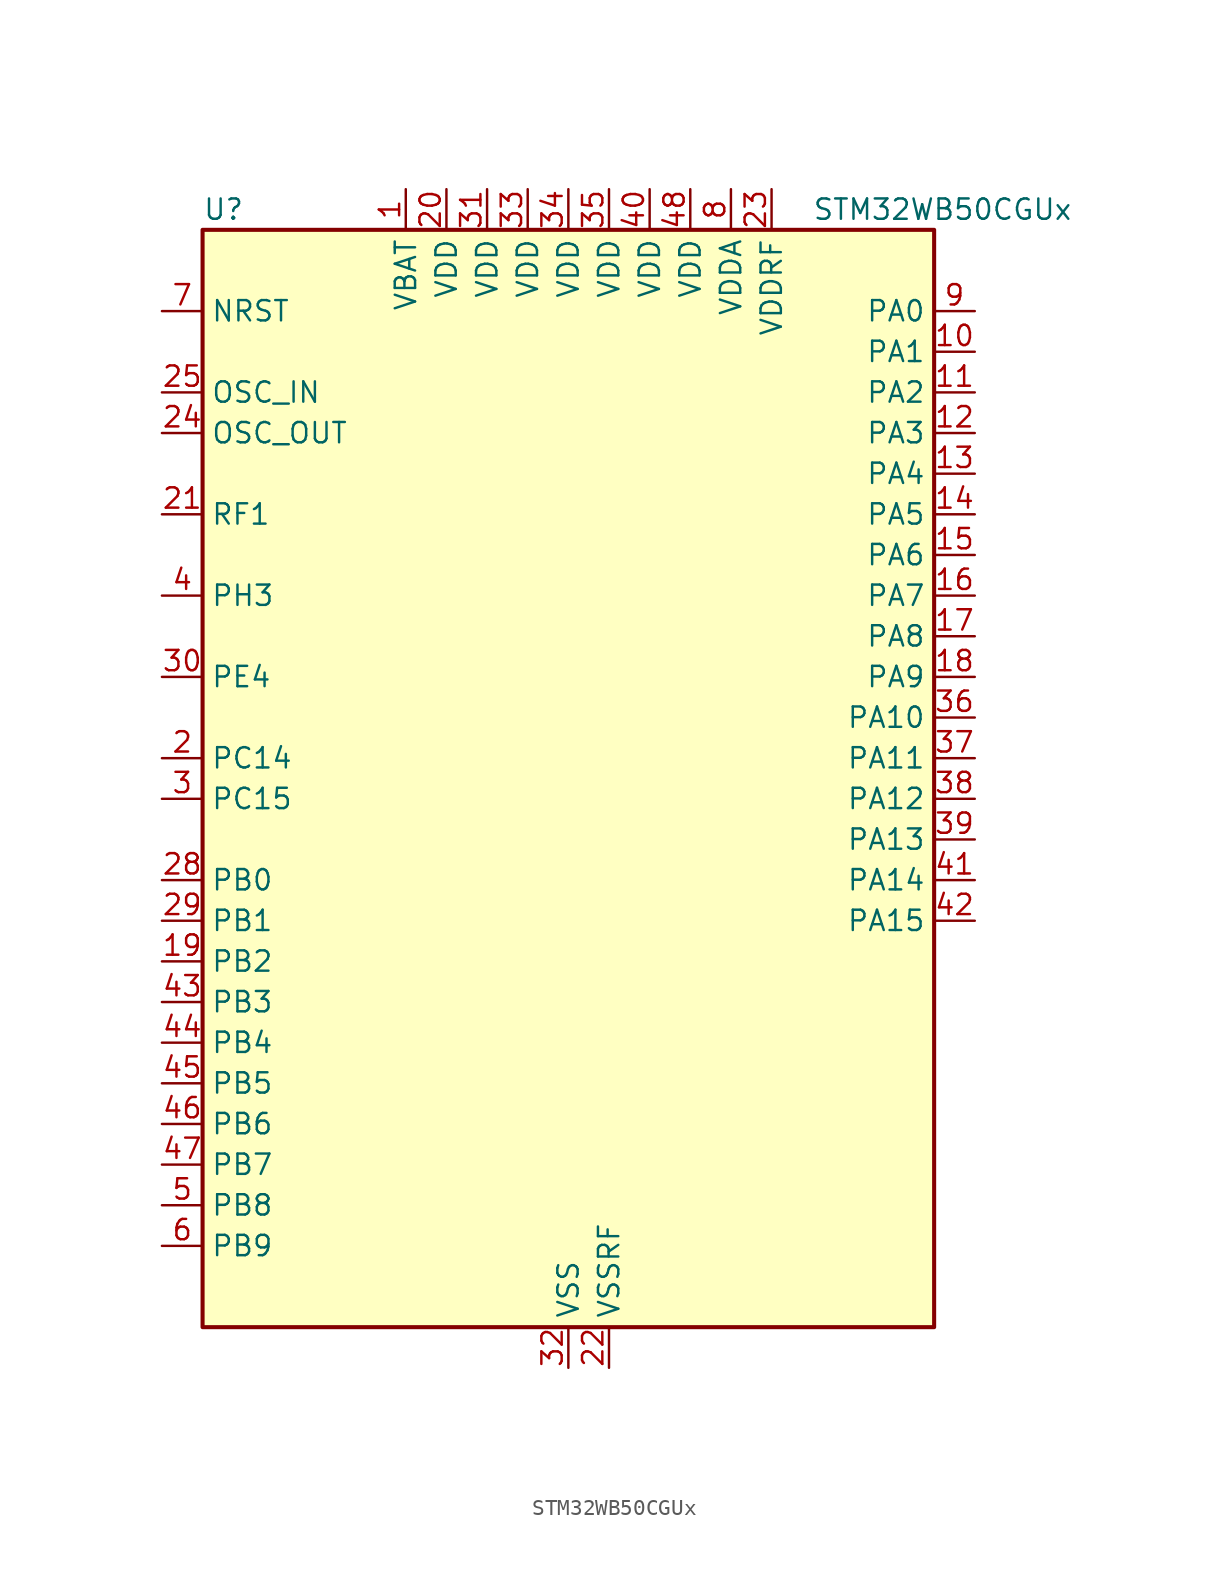
<source format=kicad_sym>
(kicad_symbol_lib
  (version 20231120)
  (generator "kicad-library-utils")
  (generator_version "8.0")
  (symbol "STM32WB50CGUx"
    (property "Reference" "U"
      (at -22.86 36.83 0)
      (effects (font (size 1.27 1.27)) (justify left)))
    (property "Value" "STM32WB50CGUx"
      (at 15.24 36.83 0)
      (effects (font (size 1.27 1.27)) (justify left)))
    (symbol "STM32WB50CGUx_0_1"
      (rectangle (start -22.86 -33.02) (end 22.86 35.56) (stroke (width 0.254) (type default)) (fill (type background))))
    (symbol "STM32WB50CGUx_1_1"
      (pin power_in line (at -10.16 38.1 270) (length 2.54) (name "VBAT" (effects (font (size 1.27 1.27)))) (number "1" (effects (font (size 1.27 1.27)))))
      (pin bidirectional line (at 25.4 27.94 180) (length 2.54) (name "PA1" (effects (font (size 1.27 1.27)))) (number "10" (effects (font (size 1.27 1.27)))) (alternate "ADC1_IN6" bidirectional line) (alternate "I2C1_SMBA" bidirectional line) (alternate "SPI1_SCK" bidirectional line) (alternate "TIM2_CH2" bidirectional line))
      (pin bidirectional line (at 25.4 25.4 180) (length 2.54) (name "PA2" (effects (font (size 1.27 1.27)))) (number "11" (effects (font (size 1.27 1.27)))) (alternate "ADC1_IN7" bidirectional line) (alternate "RCC_LSCO" bidirectional line) (alternate "SYS_WKUP4" bidirectional line) (alternate "TIM2_CH3" bidirectional line))
      (pin bidirectional line (at 25.4 22.86 180) (length 2.54) (name "PA3" (effects (font (size 1.27 1.27)))) (number "12" (effects (font (size 1.27 1.27)))) (alternate "ADC1_IN8" bidirectional line) (alternate "TIM2_CH4" bidirectional line))
      (pin bidirectional line (at 25.4 20.32 180) (length 2.54) (name "PA4" (effects (font (size 1.27 1.27)))) (number "13" (effects (font (size 1.27 1.27)))) (alternate "ADC1_IN9" bidirectional line) (alternate "LPTIM2_OUT" bidirectional line) (alternate "SPI1_NSS" bidirectional line))
      (pin bidirectional line (at 25.4 17.78 180) (length 2.54) (name "PA5" (effects (font (size 1.27 1.27)))) (number "14" (effects (font (size 1.27 1.27)))) (alternate "ADC1_IN10" bidirectional line) (alternate "LPTIM2_ETR" bidirectional line) (alternate "SPI1_SCK" bidirectional line) (alternate "TIM2_CH1" bidirectional line) (alternate "TIM2_ETR" bidirectional line))
      (pin bidirectional line (at 25.4 15.24 180) (length 2.54) (name "PA6" (effects (font (size 1.27 1.27)))) (number "15" (effects (font (size 1.27 1.27)))) (alternate "ADC1_IN11" bidirectional line) (alternate "SPI1_MISO" bidirectional line) (alternate "TIM16_CH1" bidirectional line) (alternate "TIM1_BKIN" bidirectional line))
      (pin bidirectional line (at 25.4 12.7 180) (length 2.54) (name "PA7" (effects (font (size 1.27 1.27)))) (number "16" (effects (font (size 1.27 1.27)))) (alternate "ADC1_IN12" bidirectional line) (alternate "SPI1_MOSI" bidirectional line) (alternate "TIM17_CH1" bidirectional line) (alternate "TIM1_CH1N" bidirectional line))
      (pin bidirectional line (at 25.4 10.16 180) (length 2.54) (name "PA8" (effects (font (size 1.27 1.27)))) (number "17" (effects (font (size 1.27 1.27)))) (alternate "ADC1_IN15" bidirectional line) (alternate "LPTIM2_OUT" bidirectional line) (alternate "RCC_MCO" bidirectional line) (alternate "TIM1_CH1" bidirectional line) (alternate "USART1_CK" bidirectional line))
      (pin bidirectional line (at 25.4 7.62 180) (length 2.54) (name "PA9" (effects (font (size 1.27 1.27)))) (number "18" (effects (font (size 1.27 1.27)))) (alternate "ADC1_IN16" bidirectional line) (alternate "I2C1_SCL" bidirectional line) (alternate "TIM1_CH2" bidirectional line) (alternate "USART1_TX" bidirectional line))
      (pin bidirectional line (at -25.4 -10.16 0) (length 2.54) (name "PB2" (effects (font (size 1.27 1.27)))) (number "19" (effects (font (size 1.27 1.27)))) (alternate "LPTIM1_OUT" bidirectional line) (alternate "RTC_OUT2" bidirectional line) (alternate "SPI1_NSS" bidirectional line))
      (pin bidirectional line (at -25.4 2.54 0) (length 2.54) (name "PC14" (effects (font (size 1.27 1.27)))) (number "2" (effects (font (size 1.27 1.27)))) (alternate "RCC_OSC32_IN" bidirectional line))
      (pin power_in line (at -7.62 38.1 270) (length 2.54) (name "VDD" (effects (font (size 1.27 1.27)))) (number "20" (effects (font (size 1.27 1.27)))))
      (pin bidirectional line (at -25.4 17.78 0) (length 2.54) (name "RF1" (effects (font (size 1.27 1.27)))) (number "21" (effects (font (size 1.27 1.27)))) (alternate "RF_RF1" bidirectional line))
      (pin power_in line (at 2.54 -35.56 90) (length 2.54) (name "VSSRF" (effects (font (size 1.27 1.27)))) (number "22" (effects (font (size 1.27 1.27)))))
      (pin power_in line (at 12.7 38.1 270) (length 2.54) (name "VDDRF" (effects (font (size 1.27 1.27)))) (number "23" (effects (font (size 1.27 1.27)))))
      (pin input line (at -25.4 22.86 0) (length 2.54) (name "OSC_OUT" (effects (font (size 1.27 1.27)))) (number "24" (effects (font (size 1.27 1.27)))) (alternate "RCC_OSC_OUT" bidirectional line))
      (pin input line (at -25.4 25.4 0) (length 2.54) (name "OSC_IN" (effects (font (size 1.27 1.27)))) (number "25" (effects (font (size 1.27 1.27)))) (alternate "RCC_OSC_IN" bidirectional line))
      (pin no_connect line (at -22.86 -33.02 0) (length 2.54) hide (name "AT0" (effects (font (size 1.27 1.27)))) (number "26" (effects (font (size 1.27 1.27)))))
      (pin no_connect line (at -22.86 -30.48 0) (length 2.54) hide (name "AT1" (effects (font (size 1.27 1.27)))) (number "27" (effects (font (size 1.27 1.27)))))
      (pin bidirectional line (at -25.4 -5.08 0) (length 2.54) (name "PB0" (effects (font (size 1.27 1.27)))) (number "28" (effects (font (size 1.27 1.27)))) (alternate "RF_TX_MOD_EXT_PA" bidirectional line))
      (pin bidirectional line (at -25.4 -7.62 0) (length 2.54) (name "PB1" (effects (font (size 1.27 1.27)))) (number "29" (effects (font (size 1.27 1.27)))) (alternate "LPTIM2_IN1" bidirectional line))
      (pin bidirectional line (at -25.4 0 0) (length 2.54) (name "PC15" (effects (font (size 1.27 1.27)))) (number "3" (effects (font (size 1.27 1.27)))) (alternate "ADC1_EXTI15" bidirectional line) (alternate "RCC_OSC32_OUT" bidirectional line))
      (pin bidirectional line (at -25.4 7.62 0) (length 2.54) (name "PE4" (effects (font (size 1.27 1.27)))) (number "30" (effects (font (size 1.27 1.27)))))
      (pin power_in line (at -5.08 38.1 270) (length 2.54) (name "VDD" (effects (font (size 1.27 1.27)))) (number "31" (effects (font (size 1.27 1.27)))))
      (pin power_in line (at 0 -35.56 90) (length 2.54) (name "VSS" (effects (font (size 1.27 1.27)))) (number "32" (effects (font (size 1.27 1.27)))))
      (pin power_in line (at -2.54 38.1 270) (length 2.54) (name "VDD" (effects (font (size 1.27 1.27)))) (number "33" (effects (font (size 1.27 1.27)))))
      (pin power_in line (at 0 38.1 270) (length 2.54) (name "VDD" (effects (font (size 1.27 1.27)))) (number "34" (effects (font (size 1.27 1.27)))))
      (pin power_in line (at 2.54 38.1 270) (length 2.54) (name "VDD" (effects (font (size 1.27 1.27)))) (number "35" (effects (font (size 1.27 1.27)))))
      (pin bidirectional line (at 25.4 5.08 180) (length 2.54) (name "PA10" (effects (font (size 1.27 1.27)))) (number "36" (effects (font (size 1.27 1.27)))) (alternate "I2C1_SDA" bidirectional line) (alternate "TIM17_BKIN" bidirectional line) (alternate "TIM1_CH3" bidirectional line) (alternate "USART1_RX" bidirectional line))
      (pin bidirectional line (at 25.4 2.54 180) (length 2.54) (name "PA11" (effects (font (size 1.27 1.27)))) (number "37" (effects (font (size 1.27 1.27)))) (alternate "ADC1_EXTI11" bidirectional line) (alternate "SPI1_MISO" bidirectional line) (alternate "TIM1_BKIN2" bidirectional line) (alternate "TIM1_CH4" bidirectional line) (alternate "USART1_CTS" bidirectional line) (alternate "USART1_NSS" bidirectional line))
      (pin bidirectional line (at 25.4 0 180) (length 2.54) (name "PA12" (effects (font (size 1.27 1.27)))) (number "38" (effects (font (size 1.27 1.27)))) (alternate "SPI1_MOSI" bidirectional line) (alternate "TIM1_ETR" bidirectional line) (alternate "USART1_DE" bidirectional line) (alternate "USART1_RTS" bidirectional line))
      (pin bidirectional line (at 25.4 -2.54 180) (length 2.54) (name "PA13" (effects (font (size 1.27 1.27)))) (number "39" (effects (font (size 1.27 1.27)))) (alternate "IR_OUT" bidirectional line) (alternate "SYS_JTMS-SWDIO" bidirectional line))
      (pin bidirectional line (at -25.4 12.7 0) (length 2.54) (name "PH3" (effects (font (size 1.27 1.27)))) (number "4" (effects (font (size 1.27 1.27)))) (alternate "RCC_LSCO" bidirectional line))
      (pin power_in line (at 5.08 38.1 270) (length 2.54) (name "VDD" (effects (font (size 1.27 1.27)))) (number "40" (effects (font (size 1.27 1.27)))))
      (pin bidirectional line (at 25.4 -5.08 180) (length 2.54) (name "PA14" (effects (font (size 1.27 1.27)))) (number "41" (effects (font (size 1.27 1.27)))) (alternate "I2C1_SMBA" bidirectional line) (alternate "LPTIM1_OUT" bidirectional line) (alternate "SYS_JTCK-SWCLK" bidirectional line))
      (pin bidirectional line (at 25.4 -7.62 180) (length 2.54) (name "PA15" (effects (font (size 1.27 1.27)))) (number "42" (effects (font (size 1.27 1.27)))) (alternate "ADC1_EXTI15" bidirectional line) (alternate "RCC_MCO" bidirectional line) (alternate "SPI1_NSS" bidirectional line) (alternate "SYS_JTDI" bidirectional line) (alternate "TIM2_CH1" bidirectional line) (alternate "TIM2_ETR" bidirectional line))
      (pin bidirectional line (at -25.4 -12.7 0) (length 2.54) (name "PB3" (effects (font (size 1.27 1.27)))) (number "43" (effects (font (size 1.27 1.27)))) (alternate "SPI1_SCK" bidirectional line) (alternate "SYS_JTDO-SWO" bidirectional line) (alternate "TIM2_CH2" bidirectional line) (alternate "USART1_DE" bidirectional line) (alternate "USART1_RTS" bidirectional line))
      (pin bidirectional line (at -25.4 -15.24 0) (length 2.54) (name "PB4" (effects (font (size 1.27 1.27)))) (number "44" (effects (font (size 1.27 1.27)))) (alternate "SPI1_MISO" bidirectional line) (alternate "SYS_JTRST" bidirectional line) (alternate "TIM17_BKIN" bidirectional line) (alternate "USART1_CTS" bidirectional line) (alternate "USART1_NSS" bidirectional line))
      (pin bidirectional line (at -25.4 -17.78 0) (length 2.54) (name "PB5" (effects (font (size 1.27 1.27)))) (number "45" (effects (font (size 1.27 1.27)))) (alternate "I2C1_SMBA" bidirectional line) (alternate "LPTIM1_IN1" bidirectional line) (alternate "SPI1_MOSI" bidirectional line) (alternate "TIM16_BKIN" bidirectional line) (alternate "USART1_CK" bidirectional line))
      (pin bidirectional line (at -25.4 -20.32 0) (length 2.54) (name "PB6" (effects (font (size 1.27 1.27)))) (number "46" (effects (font (size 1.27 1.27)))) (alternate "I2C1_SCL" bidirectional line) (alternate "LPTIM1_ETR" bidirectional line) (alternate "RCC_MCO" bidirectional line) (alternate "TIM16_CH1N" bidirectional line) (alternate "USART1_TX" bidirectional line))
      (pin bidirectional line (at -25.4 -22.86 0) (length 2.54) (name "PB7" (effects (font (size 1.27 1.27)))) (number "47" (effects (font (size 1.27 1.27)))) (alternate "I2C1_SDA" bidirectional line) (alternate "LPTIM1_IN2" bidirectional line) (alternate "SYS_PVD_IN" bidirectional line) (alternate "TIM17_CH1N" bidirectional line) (alternate "TIM1_BKIN" bidirectional line) (alternate "USART1_RX" bidirectional line))
      (pin power_in line (at 7.62 38.1 270) (length 2.54) (name "VDD" (effects (font (size 1.27 1.27)))) (number "48" (effects (font (size 1.27 1.27)))))
      (pin passive line (at 0 -35.56 90) (length 2.54) hide (name "VSS" (effects (font (size 1.27 1.27)))) (number "49" (effects (font (size 1.27 1.27)))))
      (pin bidirectional line (at -25.4 -25.4 0) (length 2.54) (name "PB8" (effects (font (size 1.27 1.27)))) (number "5" (effects (font (size 1.27 1.27)))) (alternate "I2C1_SCL" bidirectional line) (alternate "TIM16_CH1" bidirectional line) (alternate "TIM1_CH2N" bidirectional line))
      (pin bidirectional line (at -25.4 -27.94 0) (length 2.54) (name "PB9" (effects (font (size 1.27 1.27)))) (number "6" (effects (font (size 1.27 1.27)))) (alternate "I2C1_SDA" bidirectional line) (alternate "IR_OUT" bidirectional line) (alternate "TIM17_CH1" bidirectional line) (alternate "TIM1_CH3N" bidirectional line))
      (pin input line (at -25.4 30.48 0) (length 2.54) (name "NRST" (effects (font (size 1.27 1.27)))) (number "7" (effects (font (size 1.27 1.27)))))
      (pin power_in line (at 10.16 38.1 270) (length 2.54) (name "VDDA" (effects (font (size 1.27 1.27)))) (number "8" (effects (font (size 1.27 1.27)))))
      (pin bidirectional line (at 25.4 30.48 180) (length 2.54) (name "PA0" (effects (font (size 1.27 1.27)))) (number "9" (effects (font (size 1.27 1.27)))) (alternate "ADC1_IN5" bidirectional line) (alternate "RTC_TAMP2" bidirectional line) (alternate "SYS_WKUP1" bidirectional line) (alternate "TIM2_CH1" bidirectional line) (alternate "TIM2_ETR" bidirectional line)))))
</source>
